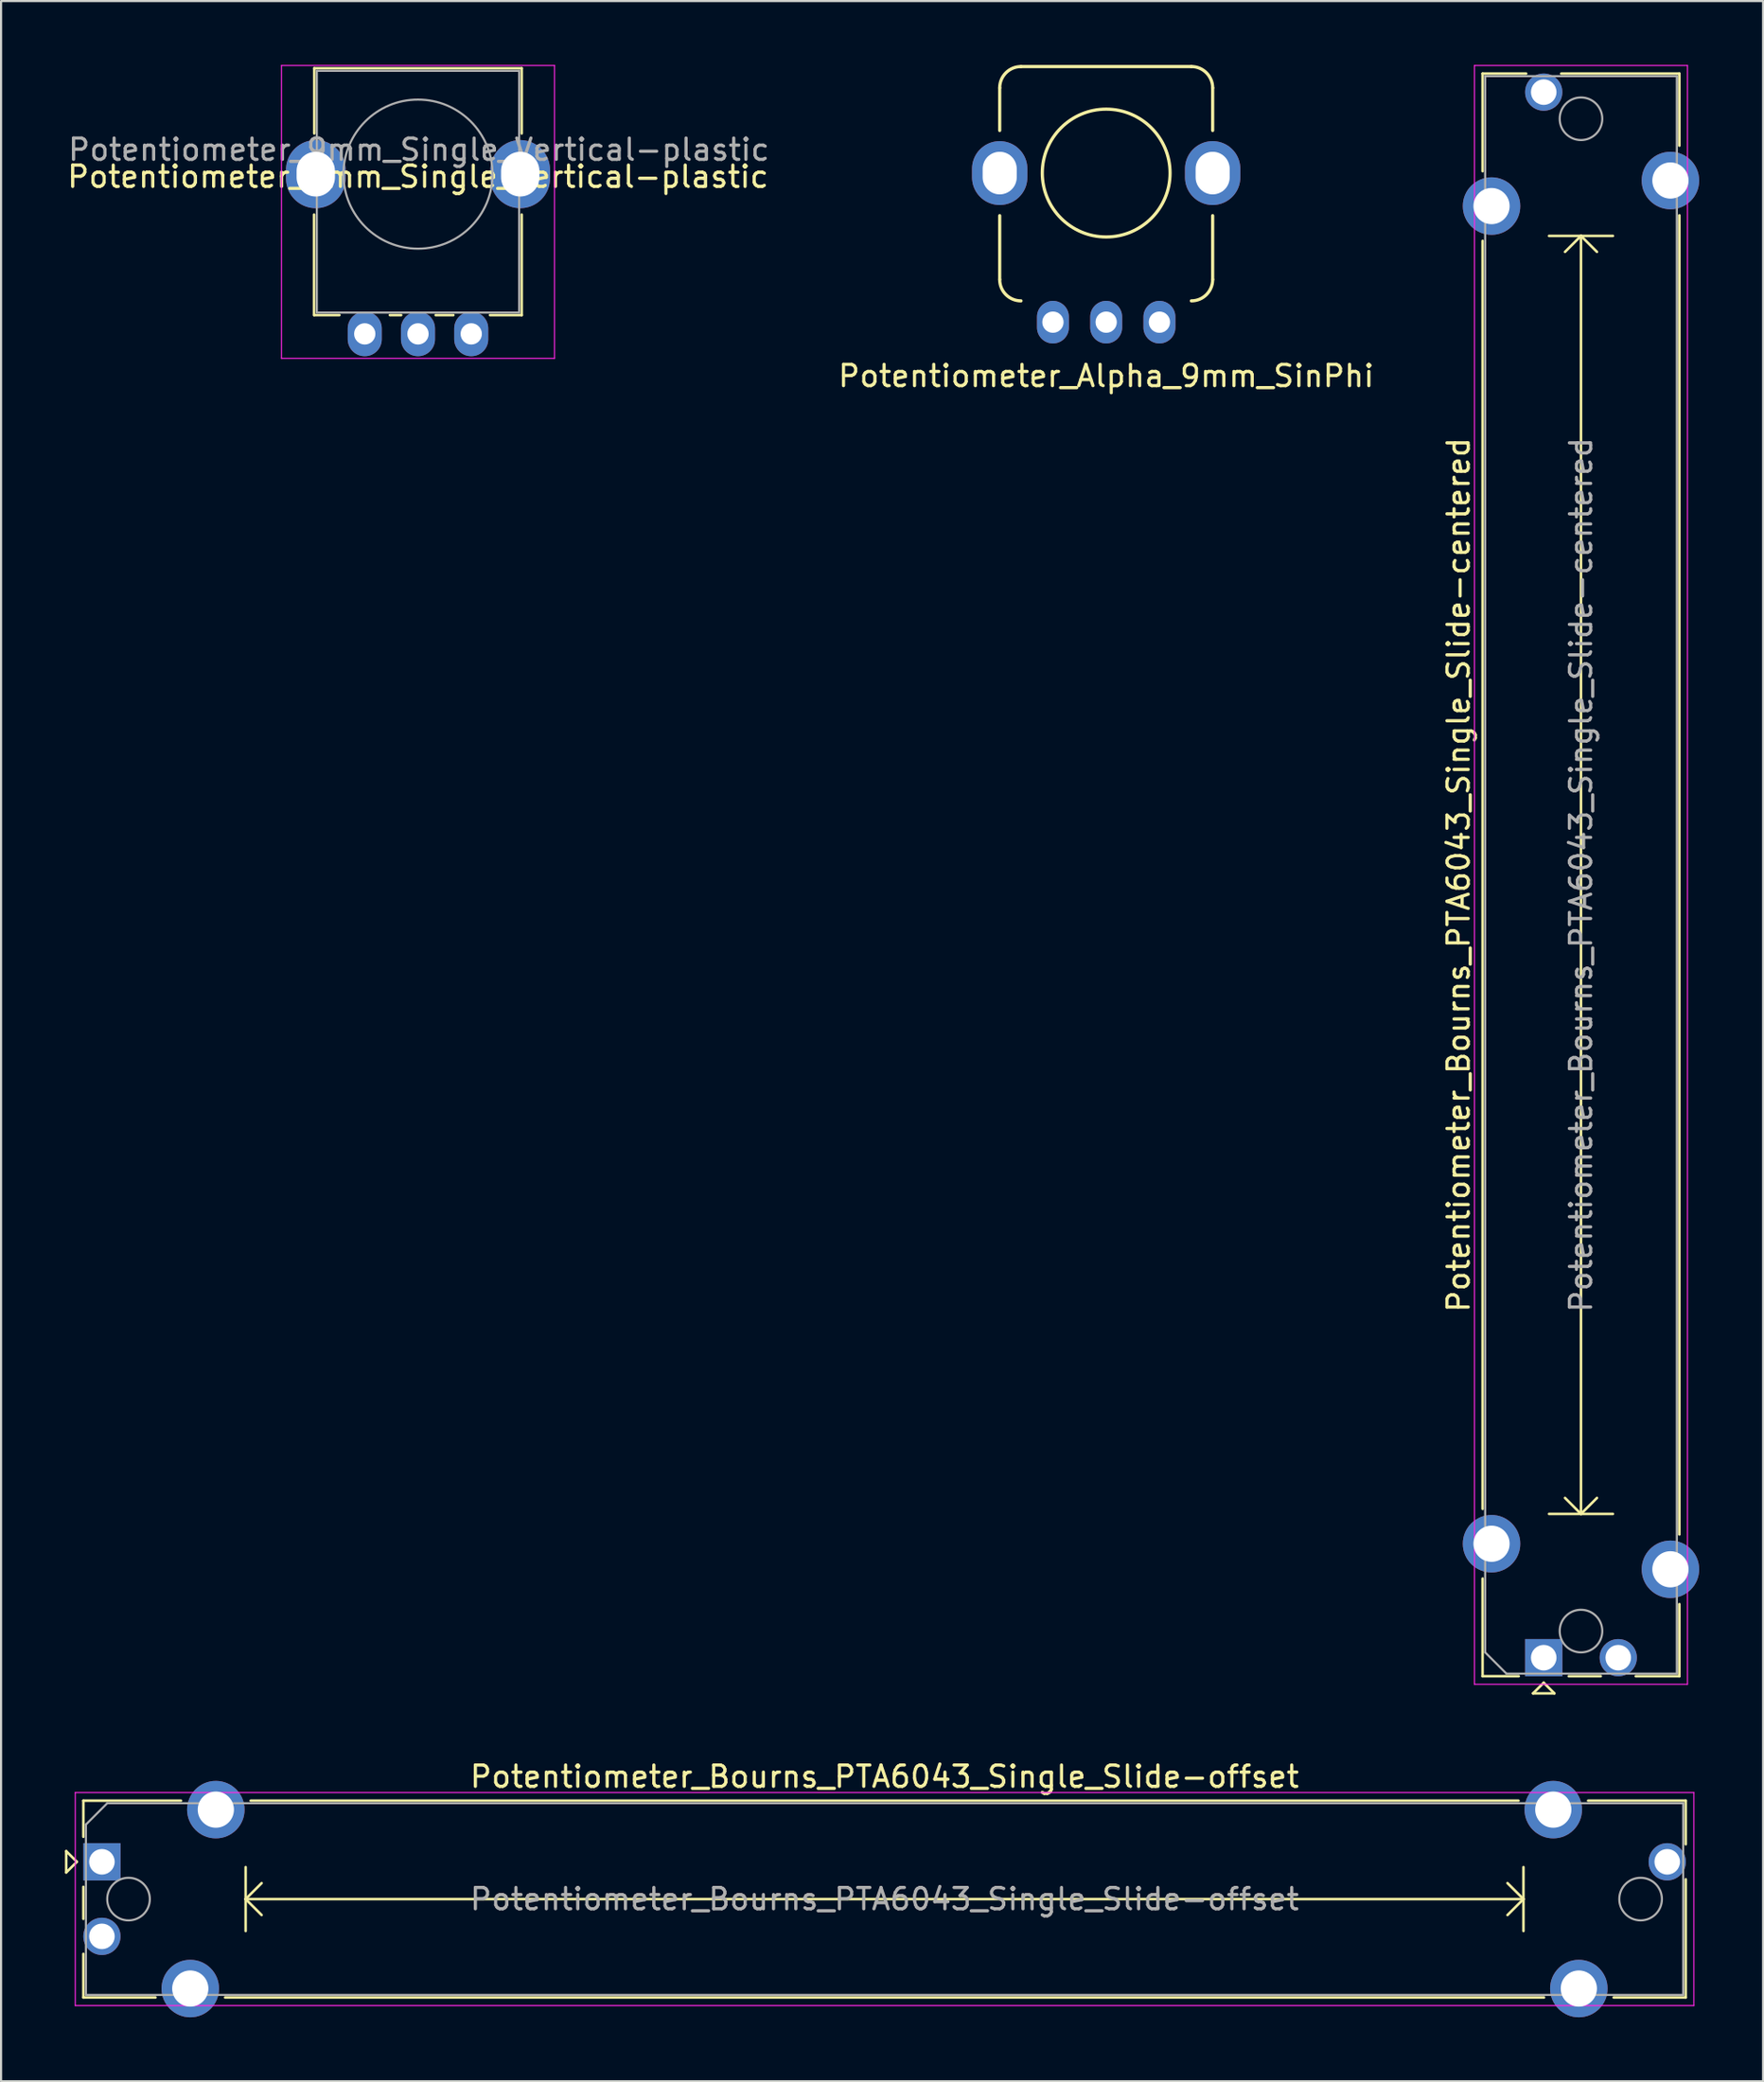
<source format=kicad_pcb>
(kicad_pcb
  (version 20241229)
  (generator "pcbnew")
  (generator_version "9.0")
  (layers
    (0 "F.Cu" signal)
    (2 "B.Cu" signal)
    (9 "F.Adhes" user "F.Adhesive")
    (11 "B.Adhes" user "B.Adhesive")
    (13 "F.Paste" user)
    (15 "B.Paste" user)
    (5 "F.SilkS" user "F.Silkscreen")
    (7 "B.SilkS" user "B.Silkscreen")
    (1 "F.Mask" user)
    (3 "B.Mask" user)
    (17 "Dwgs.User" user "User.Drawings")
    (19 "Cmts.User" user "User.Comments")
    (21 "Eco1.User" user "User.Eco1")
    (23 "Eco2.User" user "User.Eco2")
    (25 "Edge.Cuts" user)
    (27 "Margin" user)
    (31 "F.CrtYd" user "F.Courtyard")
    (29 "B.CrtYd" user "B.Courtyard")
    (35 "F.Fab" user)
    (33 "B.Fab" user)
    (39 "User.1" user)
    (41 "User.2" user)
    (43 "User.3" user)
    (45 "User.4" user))
  (footprint "Potentiometer_9mm_Single_Vertical-plastic"
    (layer "F.Cu")
    (at 16.577 5.245)
    (property "Reference" "Potentiometer_9mm_Single_Vertical-plastic" (at 0 0 0) (layer "F.SilkS") (effects (font (size 1 1) (thickness 0.15))))
    (attr through_hole)
    (fp_line (start -4.88 6.5) (end -4.88 1.78) (stroke (width 0.12) (type solid)) (layer "F.SilkS"))
    (fp_line (start -4.87 -2.03) (end -4.87 -5.09) (stroke (width 0.12) (type solid)) (layer "F.SilkS"))
    (fp_line (start -3.69 6.5) (end -4.87 6.5) (stroke (width 0.12) (type solid)) (layer "F.SilkS"))
    (fp_line (start -0.79 6.5) (end -1.32 6.5) (stroke (width 0.12) (type solid)) (layer "F.SilkS"))
    (fp_line (start 1.66 6.5) (end 0.83 6.5) (stroke (width 0.12) (type solid)) (layer "F.SilkS"))
    (fp_line (start 4.87 -5.09) (end -4.87 -5.09) (stroke (width 0.12) (type solid)) (layer "F.SilkS"))
    (fp_line (start 4.87 -2.03) (end 4.87 -5.09) (stroke (width 0.12) (type solid)) (layer "F.SilkS"))
    (fp_line (start 4.87 6.5) (end 3.38 6.5) (stroke (width 0.12) (type solid)) (layer "F.SilkS"))
    (fp_line (start 4.87 6.5) (end 4.87 1.78) (stroke (width 0.12) (type solid)) (layer "F.SilkS"))
    (fp_line (start -6.41 -5.22) (end -6.41 8.53) (stroke (width 0.05) (type solid)) (layer "F.CrtYd"))
    (fp_line (start -6.41 8.53) (end 6.41 8.53) (stroke (width 0.05) (type solid)) (layer "F.CrtYd"))
    (fp_line (start 6.41 -5.22) (end -6.41 -5.22) (stroke (width 0.05) (type solid)) (layer "F.CrtYd"))
    (fp_line (start 6.41 8.53) (end 6.41 -5.22) (stroke (width 0.05) (type solid)) (layer "F.CrtYd"))
    (fp_line (start -4.75 6.38) (end -4.75 -4.97) (stroke (width 0.1) (type solid)) (layer "F.Fab"))
    (fp_line (start 4.75 -4.97) (end -4.75 -4.97) (stroke (width 0.1) (type solid)) (layer "F.Fab"))
    (fp_line (start 4.75 6.38) (end -4.75 6.38) (stroke (width 0.1) (type solid)) (layer "F.Fab"))
    (fp_line (start 4.75 6.38) (end 4.75 -4.97) (stroke (width 0.1) (type solid)) (layer "F.Fab"))
    (fp_circle (center 0 -0.12) (end -3.5 -0.12) (stroke (width 0.1) (type solid)) (fill no) (layer "F.Fab"))
    (fp_text user "${REFERENCE}" (at 0.04 -1.27 180) (layer "F.Fab") (effects (font (size 1 1) (thickness 0.15))))
    (pad "" thru_hole oval (at -4.8 -0.12 180) (size 2.8 3.2) (drill oval 1.8 2.1) (layers "*.Cu" "*.Mask"))
    (pad "" thru_hole oval (at 4.8 -0.12 180) (size 2.8 3.2) (drill oval 1.8 2.1) (layers "*.Cu" "*.Mask"))
    (pad "1" thru_hole oval (at -2.5 7.38 180) (size 1.6 2.1) (drill 1) (layers "*.Cu" "*.Mask"))
    (pad "2" thru_hole oval (at 0 7.38 180) (size 1.6 2.1) (drill 1) (layers "*.Cu" "*.Mask"))
    (pad "3" thru_hole oval (at 2.5 7.38 180) (size 1.6 2.1) (drill 1) (layers "*.Cu" "*.Mask")))
  (footprint "Potentiometer_Bourns_PTA6043_Single_Slide-centered"
    (layer "F.Cu")
    (at 71.186 38.025)
    (property "Reference" "Potentiometer_Bourns_PTA6043_Single_Slide-centered" (at -5.75 0 90) (layer "F.SilkS") (effects (font (size 1 1) (thickness 0.15))))
    (attr through_hole)
    (fp_line (start -4.62 -37.62) (end -2.573 -37.62) (stroke (width 0.12) (type solid)) (layer "F.SilkS"))
    (fp_line (start -4.62 -33.036) (end -4.62 -37.62) (stroke (width 0.12) (type solid)) (layer "F.SilkS"))
    (fp_line (start -4.62 29.764) (end -4.62 -29.765) (stroke (width 0.12) (type solid)) (layer "F.SilkS"))
    (fp_line (start -4.62 37.62) (end -4.62 33.035) (stroke (width 0.12) (type solid)) (layer "F.SilkS"))
    (fp_line (start -4.62 37.62) (end -2.925 37.62) (stroke (width 0.12) (type solid)) (layer "F.SilkS"))
    (fp_line (start -2.25 38.425) (end -1.25 38.425) (stroke (width 0.12) (type solid)) (layer "F.SilkS"))
    (fp_line (start -1.75 37.925) (end -2.25 38.425) (stroke (width 0.12) (type solid)) (layer "F.SilkS"))
    (fp_line (start -1.5 -30) (end 1.5 -30) (stroke (width 0.12) (type solid)) (layer "F.SilkS"))
    (fp_line (start -1.5 30) (end 1.5 30) (stroke (width 0.12) (type solid)) (layer "F.SilkS"))
    (fp_line (start -1.25 38.425) (end -1.75 37.925) (stroke (width 0.12) (type solid)) (layer "F.SilkS"))
    (fp_line (start -0.927 -37.62) (end 4.62 -37.62) (stroke (width 0.12) (type solid)) (layer "F.SilkS"))
    (fp_line (start -0.75 -29.25) (end 0 -30) (stroke (width 0.12) (type solid)) (layer "F.SilkS"))
    (fp_line (start -0.75 29.25) (end 0 30) (stroke (width 0.12) (type solid)) (layer "F.SilkS"))
    (fp_line (start -0.575 37.62) (end 0.928 37.62) (stroke (width 0.12) (type solid)) (layer "F.SilkS"))
    (fp_line (start 0 -30) (end 0.75 -29.25) (stroke (width 0.12) (type solid)) (layer "F.SilkS"))
    (fp_line (start 0 30) (end 0 -30) (stroke (width 0.12) (type solid)) (layer "F.SilkS"))
    (fp_line (start 0 30) (end 0.75 29.25) (stroke (width 0.12) (type solid)) (layer "F.SilkS"))
    (fp_line (start 2.573 37.62) (end 4.62 37.62) (stroke (width 0.12) (type solid)) (layer "F.SilkS"))
    (fp_line (start 4.62 -34.236) (end 4.62 -37.62) (stroke (width 0.12) (type solid)) (layer "F.SilkS"))
    (fp_line (start 4.62 30.964) (end 4.62 -30.965) (stroke (width 0.12) (type solid)) (layer "F.SilkS"))
    (fp_line (start 4.62 37.62) (end 4.62 34.235) (stroke (width 0.12) (type solid)) (layer "F.SilkS"))
    (fp_line (start -5 -38) (end -5 38) (stroke (width 0.05) (type solid)) (layer "F.CrtYd"))
    (fp_line (start -5 38) (end 5 38) (stroke (width 0.05) (type solid)) (layer "F.CrtYd"))
    (fp_line (start 5 -38) (end -5 -38) (stroke (width 0.05) (type solid)) (layer "F.CrtYd"))
    (fp_line (start 5 38) (end 5 -38) (stroke (width 0.05) (type solid)) (layer "F.CrtYd"))
    (fp_line (start -4.5 -37.5) (end 4.5 -37.5) (stroke (width 0.1) (type solid)) (layer "F.Fab"))
    (fp_line (start -4.5 36.5) (end -4.5 -37.5) (stroke (width 0.1) (type solid)) (layer "F.Fab"))
    (fp_line (start -3.5 37.5) (end -4.5 36.5) (stroke (width 0.1) (type solid)) (layer "F.Fab"))
    (fp_line (start 4.5 -37.5) (end 4.5 37.5) (stroke (width 0.1) (type solid)) (layer "F.Fab"))
    (fp_line (start 4.5 37.5) (end -3.5 37.5) (stroke (width 0.1) (type solid)) (layer "F.Fab"))
    (fp_circle (center 0 -35.5) (end 0 -36.5) (stroke (width 0.1) (type solid)) (fill no) (layer "F.Fab"))
    (fp_circle (center 0 35.5) (end 0 34.5) (stroke (width 0.1) (type solid)) (fill no) (layer "F.Fab"))
    (fp_text user "${REFERENCE}" (at 0 0 90) (layer "F.Fab") (effects (font (size 1 1) (thickness 0.15))))
    (pad "1" thru_hole rect (at -1.75 36.75 90) (size 1.75 1.75) (drill 1.2) (layers "*.Cu" "*.Mask"))
    (pad "2" thru_hole circle (at 1.75 36.75 90) (size 1.75 1.75) (drill 1.2) (layers "*.Cu" "*.Mask"))
    (pad "3" thru_hole circle (at -1.75 -36.75 90) (size 1.75 1.75) (drill 1.2) (layers "*.Cu" "*.Mask"))
    (pad "MP" thru_hole circle (at -4.2 -31.4 90) (size 2.7 2.7) (drill 1.7) (layers "*.Cu" "*.Mask"))
    (pad "MP" thru_hole circle (at -4.2 31.4 90) (size 2.7 2.7) (drill 1.7) (layers "*.Cu" "*.Mask"))
    (pad "MP" thru_hole circle (at 4.2 -32.6 90) (size 2.7 2.7) (drill 1.7) (layers "*.Cu" "*.Mask"))
    (pad "MP" thru_hole circle (at 4.2 32.6 90) (size 2.7 2.7) (drill 1.7) (layers "*.Cu" "*.Mask")))
  (footprint "Potentiometer_Alpha_9mm_SinPhi"
    (layer "F.Cu")
    (at 48.891 5.075)
    (property "Reference" "Potentiometer_Alpha_9mm_SinPhi" (at 0 9.525 0) (layer "F.SilkS") (effects (font (size 1 1) (thickness 0.15))))
    (attr through_hole)
    (fp_line (start -5 -2) (end -5 -4) (stroke (width 0.15) (type solid)) (layer "F.SilkS"))
    (fp_line (start -5 2) (end -5 5) (stroke (width 0.15) (type solid)) (layer "F.SilkS"))
    (fp_line (start 4 -5) (end -4 -5) (stroke (width 0.15) (type solid)) (layer "F.SilkS"))
    (fp_line (start 5 -2) (end 5 -4) (stroke (width 0.15) (type solid)) (layer "F.SilkS"))
    (fp_line (start 5 2) (end 5 5) (stroke (width 0.15) (type solid)) (layer "F.SilkS"))
    (fp_arc (start -5 -4) (mid -4.707107 -4.707107) (end -4 -5) (stroke (width 0.15) (type solid)) (layer "F.SilkS"))
    (fp_arc (start -4 6) (mid -4.707107 5.707107) (end -5 5) (stroke (width 0.15) (type solid)) (layer "F.SilkS"))
    (fp_arc (start 4 -5) (mid 4.707107 -4.707107) (end 5 -4) (stroke (width 0.15) (type solid)) (layer "F.SilkS"))
    (fp_arc (start 5 5) (mid 4.707107 5.707107) (end 4 6) (stroke (width 0.15) (type solid)) (layer "F.SilkS"))
    (fp_circle (center 0 0) (end 0 -3) (stroke (width 0.15) (type solid)) (fill no) (layer "F.SilkS"))
    (pad "" thru_hole oval (at -5 0) (size 2.6 3) (drill oval 1.6 2) (layers "*.Cu" "*.Mask"))
    (pad "" thru_hole oval (at 5 0) (size 2.6 3) (drill oval 1.6 2) (layers "*.Cu" "*.Mask"))
    (pad "1" thru_hole oval (at -2.5 7) (size 1.5 2) (drill 1) (layers "*.Cu" "*.Mask"))
    (pad "2" thru_hole oval (at 0 7) (size 1.5 2) (drill 1) (layers "*.Cu" "*.Mask"))
    (pad "3" thru_hole oval (at 2.5 7) (size 1.5 2) (drill 1) (layers "*.Cu" "*.Mask")))
  (footprint "Potentiometer_Bourns_PTA6043_Single_Slide-offset"
    (layer "F.Cu")
    (at 1.735 86.108)
    (property "Reference" "Potentiometer_Bourns_PTA6043_Single_Slide-offset" (at 36.75 -5.75 0) (layer "F.SilkS") (effects (font (size 1 1) (thickness 0.15))))
    (attr through_hole)
    (fp_line (start -1.675 -2.25) (end -1.675 -1.25) (stroke (width 0.12) (type solid)) (layer "F.SilkS"))
    (fp_line (start -1.675 -1.25) (end -1.175 -1.75) (stroke (width 0.12) (type solid)) (layer "F.SilkS"))
    (fp_line (start -1.175 -1.75) (end -1.675 -2.25) (stroke (width 0.12) (type solid)) (layer "F.SilkS"))
    (fp_line (start -0.87 -4.62) (end -0.87 -2.925) (stroke (width 0.12) (type solid)) (layer "F.SilkS"))
    (fp_line (start -0.87 -4.62) (end 3.715 -4.62) (stroke (width 0.12) (type solid)) (layer "F.SilkS"))
    (fp_line (start -0.87 -0.575) (end -0.87 0.928) (stroke (width 0.12) (type solid)) (layer "F.SilkS"))
    (fp_line (start -0.87 2.573) (end -0.87 4.62) (stroke (width 0.12) (type solid)) (layer "F.SilkS"))
    (fp_line (start -0.87 4.62) (end 2.515 4.62) (stroke (width 0.12) (type solid)) (layer "F.SilkS"))
    (fp_line (start 5.786 4.62) (end 67.715 4.62) (stroke (width 0.12) (type solid)) (layer "F.SilkS"))
    (fp_line (start 6.75 -1.5) (end 6.75 1.5) (stroke (width 0.12) (type solid)) (layer "F.SilkS"))
    (fp_line (start 6.75 0) (end 7.5 0.75) (stroke (width 0.12) (type solid)) (layer "F.SilkS"))
    (fp_line (start 6.75 0) (end 66.75 0) (stroke (width 0.12) (type solid)) (layer "F.SilkS"))
    (fp_line (start 6.986 -4.62) (end 66.515 -4.62) (stroke (width 0.12) (type solid)) (layer "F.SilkS"))
    (fp_line (start 7.5 -0.75) (end 6.75 0) (stroke (width 0.12) (type solid)) (layer "F.SilkS"))
    (fp_line (start 66 -0.75) (end 66.75 0) (stroke (width 0.12) (type solid)) (layer "F.SilkS"))
    (fp_line (start 66.75 -1.5) (end 66.75 1.5) (stroke (width 0.12) (type solid)) (layer "F.SilkS"))
    (fp_line (start 66.75 0) (end 66 0.75) (stroke (width 0.12) (type solid)) (layer "F.SilkS"))
    (fp_line (start 69.786 -4.62) (end 74.37 -4.62) (stroke (width 0.12) (type solid)) (layer "F.SilkS"))
    (fp_line (start 70.986 4.62) (end 74.37 4.62) (stroke (width 0.12) (type solid)) (layer "F.SilkS"))
    (fp_line (start 74.37 -4.62) (end 74.37 -2.573) (stroke (width 0.12) (type solid)) (layer "F.SilkS"))
    (fp_line (start 74.37 -0.927) (end 74.37 4.62) (stroke (width 0.12) (type solid)) (layer "F.SilkS"))
    (fp_line (start -1.25 -5) (end -1.25 5) (stroke (width 0.05) (type solid)) (layer "F.CrtYd"))
    (fp_line (start -1.25 5) (end 74.75 5) (stroke (width 0.05) (type solid)) (layer "F.CrtYd"))
    (fp_line (start 74.75 -5) (end -1.25 -5) (stroke (width 0.05) (type solid)) (layer "F.CrtYd"))
    (fp_line (start 74.75 5) (end 74.75 -5) (stroke (width 0.05) (type solid)) (layer "F.CrtYd"))
    (fp_line (start -0.75 -3.5) (end 0.25 -4.5) (stroke (width 0.1) (type solid)) (layer "F.Fab"))
    (fp_line (start -0.75 4.5) (end -0.75 -3.5) (stroke (width 0.1) (type solid)) (layer "F.Fab"))
    (fp_line (start 0.25 -4.5) (end 74.25 -4.5) (stroke (width 0.1) (type solid)) (layer "F.Fab"))
    (fp_line (start 74.25 -4.5) (end 74.25 4.5) (stroke (width 0.1) (type solid)) (layer "F.Fab"))
    (fp_line (start 74.25 4.5) (end -0.75 4.5) (stroke (width 0.1) (type solid)) (layer "F.Fab"))
    (fp_circle (center 1.25 0) (end 2.25 0) (stroke (width 0.1) (type solid)) (fill no) (layer "F.Fab"))
    (fp_circle (center 72.25 0) (end 73.25 0) (stroke (width 0.1) (type solid)) (fill no) (layer "F.Fab"))
    (fp_text user "${REFERENCE}" (at 36.75 0 0) (layer "F.Fab") (effects (font (size 1 1) (thickness 0.15))))
    (pad "1" thru_hole rect (at 0 -1.75) (size 1.75 1.75) (drill 1.2) (layers "*.Cu" "*.Mask"))
    (pad "2" thru_hole circle (at 0 1.75) (size 1.75 1.75) (drill 1.2) (layers "*.Cu" "*.Mask"))
    (pad "3" thru_hole circle (at 73.5 -1.75) (size 1.75 1.75) (drill 1.2) (layers "*.Cu" "*.Mask"))
    (pad "MP" thru_hole circle (at 4.15 4.2) (size 2.7 2.7) (drill 1.7) (layers "*.Cu" "*.Mask"))
    (pad "MP" thru_hole circle (at 5.35 -4.2) (size 2.7 2.7) (drill 1.7) (layers "*.Cu" "*.Mask"))
    (pad "MP" thru_hole circle (at 68.15 -4.2) (size 2.7 2.7) (drill 1.7) (layers "*.Cu" "*.Mask"))
    (pad "MP" thru_hole circle (at 69.35 4.2) (size 2.7 2.7) (drill 1.7) (layers "*.Cu" "*.Mask")))
  (gr_rect
    (start -3 -3)
    (end 79.736 94.658)
    (stroke (width 0.1) (type default))
    (fill no)
    (layer "Edge.Cuts")))
</source>
